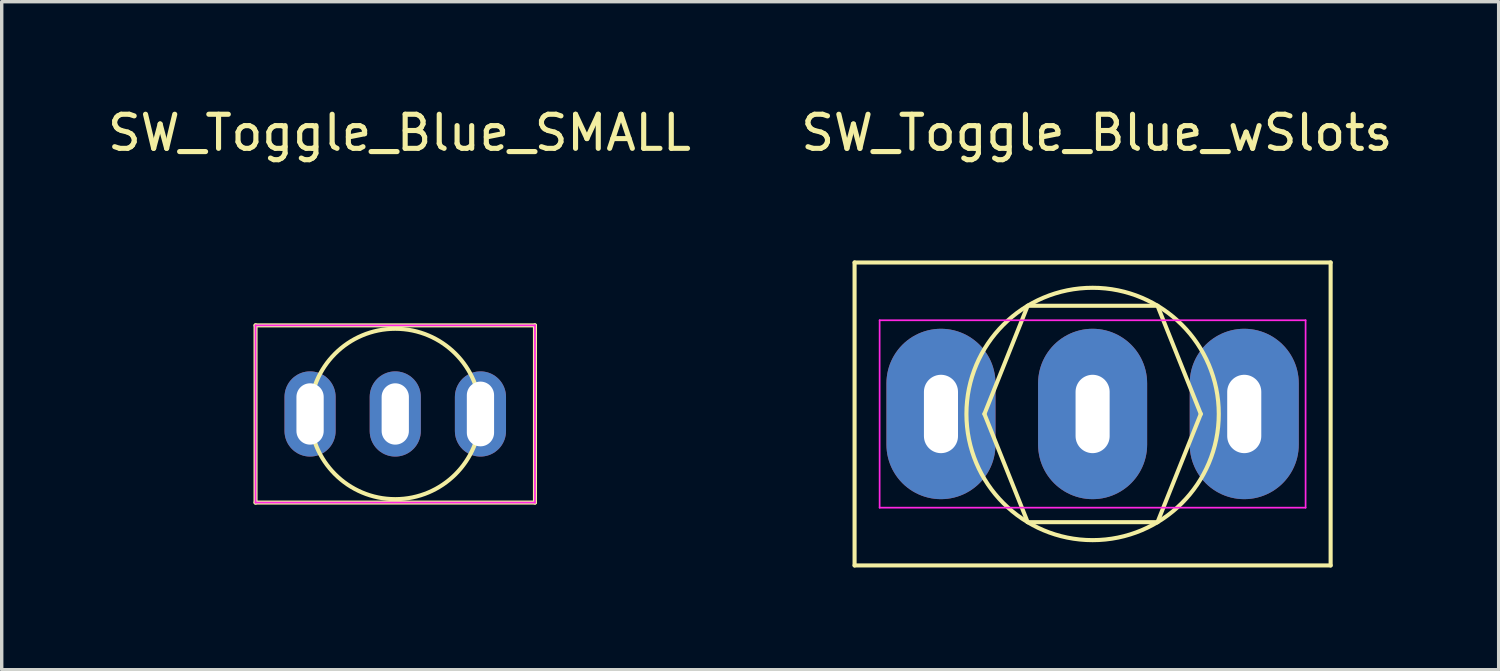
<source format=kicad_pcb>
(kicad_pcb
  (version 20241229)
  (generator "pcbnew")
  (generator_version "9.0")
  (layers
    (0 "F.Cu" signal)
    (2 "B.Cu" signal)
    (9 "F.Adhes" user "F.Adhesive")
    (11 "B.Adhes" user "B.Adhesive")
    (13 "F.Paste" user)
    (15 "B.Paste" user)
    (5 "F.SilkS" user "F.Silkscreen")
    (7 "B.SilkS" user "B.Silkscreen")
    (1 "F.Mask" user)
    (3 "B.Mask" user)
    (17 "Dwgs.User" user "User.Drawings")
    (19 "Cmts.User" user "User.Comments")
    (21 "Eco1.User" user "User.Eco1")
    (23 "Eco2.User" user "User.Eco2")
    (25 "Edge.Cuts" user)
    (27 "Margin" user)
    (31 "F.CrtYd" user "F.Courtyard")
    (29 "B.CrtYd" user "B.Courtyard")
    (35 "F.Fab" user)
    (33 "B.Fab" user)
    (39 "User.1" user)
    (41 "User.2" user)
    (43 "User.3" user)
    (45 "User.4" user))
  (footprint "SW_Toggle_Blue_wSlots"
    (layer "F.Cu")
    (at 29.013 9.098)
    (property "Reference" "SW_Toggle_Blue_wSlots" (at 0.124 -8.25 0) (layer "F.SilkS") (effects (font (size 1 1) (thickness 0.15))))
    (attr through_hole)
    (fp_line (start -6.985 -4.445) (end 6.985 -4.445) (stroke (width 0.12) (type solid)) (layer "F.SilkS"))
    (fp_line (start -6.985 4.445) (end -6.985 -4.445) (stroke (width 0.12) (type solid)) (layer "F.SilkS"))
    (fp_line (start -3.175 0) (end -1.905 -3.175) (stroke (width 0.12) (type solid)) (layer "F.SilkS"))
    (fp_line (start -1.905 -3.175) (end 1.905 -3.175) (stroke (width 0.12) (type solid)) (layer "F.SilkS"))
    (fp_line (start -1.905 3.175) (end -3.175 0) (stroke (width 0.12) (type solid)) (layer "F.SilkS"))
    (fp_line (start 1.905 -3.175) (end 3.175 0) (stroke (width 0.12) (type solid)) (layer "F.SilkS"))
    (fp_line (start 1.905 3.175) (end -1.905 3.175) (stroke (width 0.12) (type solid)) (layer "F.SilkS"))
    (fp_line (start 3.175 0) (end 1.905 3.175) (stroke (width 0.12) (type solid)) (layer "F.SilkS"))
    (fp_line (start 6.985 -4.445) (end 6.985 4.445) (stroke (width 0.12) (type solid)) (layer "F.SilkS"))
    (fp_line (start 6.985 4.445) (end -6.985 4.445) (stroke (width 0.12) (type solid)) (layer "F.SilkS"))
    (fp_circle (center 0 0) (end 1.905 3.175) (stroke (width 0.12) (type solid)) (fill no) (layer "F.SilkS"))
    (fp_line (start -4.902 -1.422) (end -4.013 -1.422) (stroke (width 0.12) (type solid)) (layer "Eco2.User"))
    (fp_line (start -4.902 1.372) (end -4.902 -1.422) (stroke (width 0.12) (type solid)) (layer "Eco2.User"))
    (fp_line (start -4.013 -1.422) (end -4.013 1.372) (stroke (width 0.12) (type solid)) (layer "Eco2.User"))
    (fp_line (start -4.013 1.372) (end -4.902 1.372) (stroke (width 0.12) (type solid)) (layer "Eco2.User"))
    (fp_line (start -0.457 -1.422) (end 0.432 -1.422) (stroke (width 0.12) (type solid)) (layer "Eco2.User"))
    (fp_line (start -0.457 1.372) (end -0.457 -1.422) (stroke (width 0.12) (type solid)) (layer "Eco2.User"))
    (fp_line (start 0.432 -1.422) (end 0.432 1.372) (stroke (width 0.12) (type solid)) (layer "Eco2.User"))
    (fp_line (start 0.432 1.372) (end -0.457 1.372) (stroke (width 0.12) (type solid)) (layer "Eco2.User"))
    (fp_line (start 4.013 -1.422) (end 4.877 -1.422) (stroke (width 0.12) (type solid)) (layer "Eco2.User"))
    (fp_line (start 4.013 1.372) (end 4.013 -1.422) (stroke (width 0.12) (type solid)) (layer "Eco2.User"))
    (fp_line (start 4.877 -1.422) (end 4.902 1.372) (stroke (width 0.12) (type solid)) (layer "Eco2.User"))
    (fp_line (start 4.902 1.372) (end 4.013 1.372) (stroke (width 0.12) (type solid)) (layer "Eco2.User"))
    (fp_line (start -6.25 -2.75) (end 6.25 -2.75) (stroke (width 0.05) (type solid)) (layer "F.CrtYd"))
    (fp_line (start -6.25 2.75) (end -6.25 -2.75) (stroke (width 0.05) (type solid)) (layer "F.CrtYd"))
    (fp_line (start 6.25 -2.75) (end 6.25 2.75) (stroke (width 0.05) (type solid)) (layer "F.CrtYd"))
    (fp_line (start 6.25 2.75) (end -6.25 2.75) (stroke (width 0.05) (type solid)) (layer "F.CrtYd"))
    (pad "1" thru_hole oval (at -4.45 0) (size 3.2 5) (drill oval 1 2.3) (layers "*.Cu"))
    (pad "2" thru_hole oval (at 0 0) (size 3.2 5) (drill oval 1 2.3) (layers "*.Cu"))
    (pad "3" thru_hole oval (at 4.45 0) (size 3.2 5) (drill oval 1 2.3) (layers "*.Cu")))
  (footprint "SW_Toggle_Blue_SMALL"
    (layer "F.Cu")
    (at 8.549 9.098)
    (property "Reference" "SW_Toggle_Blue_SMALL" (at 0.124 -8.25 0) (layer "F.SilkS") (effects (font (size 1 1) (thickness 0.15))))
    (attr through_hole)
    (fp_line (start -4.1 -2.6) (end 4.1 -2.6) (stroke (width 0.12) (type solid)) (layer "F.SilkS"))
    (fp_line (start -4.1 2.6) (end -4.1 -2.6) (stroke (width 0.12) (type solid)) (layer "F.SilkS"))
    (fp_line (start 4.1 -2.6) (end 4.1 2.6) (stroke (width 0.12) (type solid)) (layer "F.SilkS"))
    (fp_line (start 4.1 2.6) (end -4.1 2.6) (stroke (width 0.12) (type solid)) (layer "F.SilkS"))
    (fp_circle (center 0 0) (end 2.5 0) (stroke (width 0.12) (type solid)) (fill no) (layer "F.SilkS"))
    (fp_rect (start -0.25 -0.75) (end 0.25 0.75) (stroke (width 0.1) (type dot)) (fill no) (layer "Eco1.User"))
    (fp_line (start -4.1 -2.6) (end 4.1 -2.6) (stroke (width 0.05) (type solid)) (layer "F.CrtYd"))
    (fp_line (start -4.1 2.6) (end -4.1 -2.6) (stroke (width 0.05) (type solid)) (layer "F.CrtYd"))
    (fp_line (start 4.1 -2.6) (end 4.1 2.6) (stroke (width 0.05) (type solid)) (layer "F.CrtYd"))
    (fp_line (start 4.1 2.6) (end -4.1 2.6) (stroke (width 0.05) (type solid)) (layer "F.CrtYd"))
    (pad "1" thru_hole oval (at -2.5 0) (size 1.5 2.5) (drill oval 0.8 1.8) (layers "*.Cu"))
    (pad "2" thru_hole oval (at 0 0) (size 1.5 2.5) (drill oval 0.8 1.8) (layers "*.Cu"))
    (pad "3" thru_hole oval (at 2.5 0) (size 1.5 2.5) (drill oval 0.8 1.9) (layers "*.Cu")))
  (gr_rect
    (start -3 -3)
    (end 40.929 16.603)
    (stroke (width 0.1) (type default))
    (fill no)
    (layer "Edge.Cuts")))
</source>
